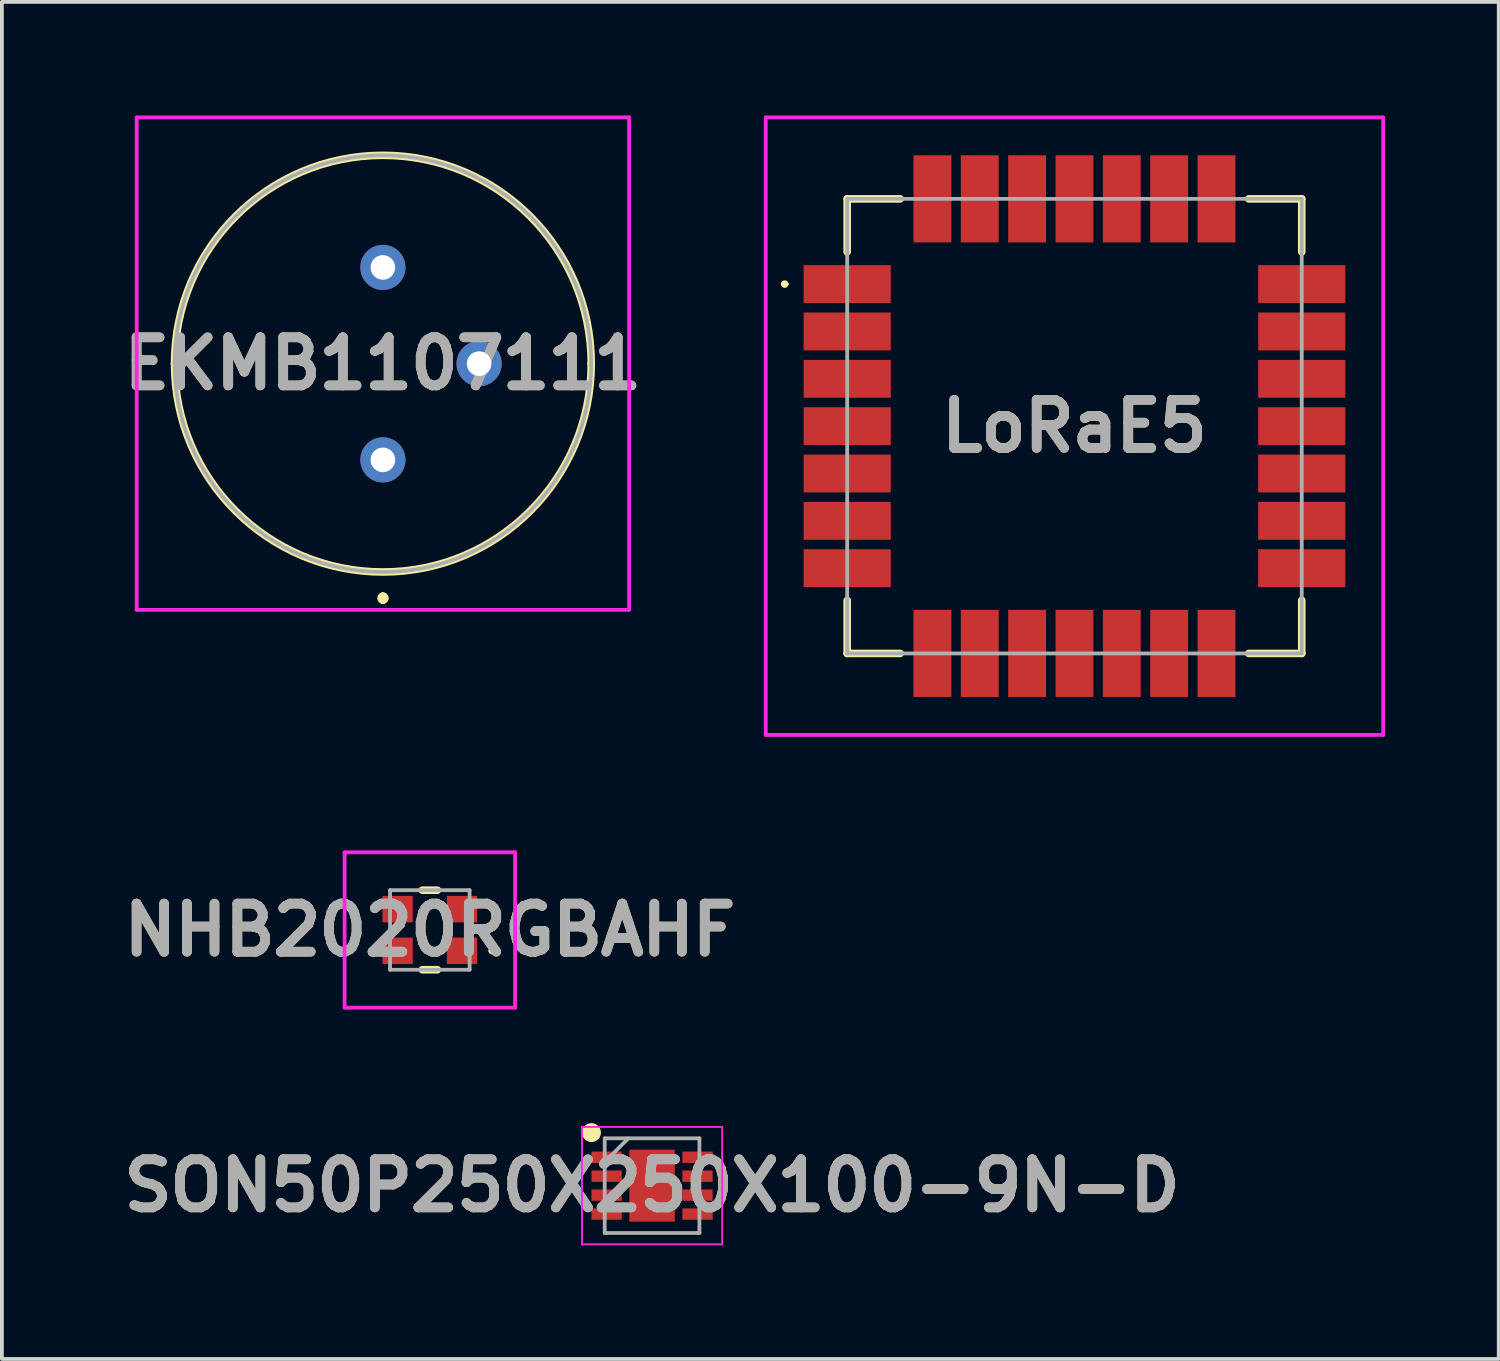
<source format=kicad_pcb>
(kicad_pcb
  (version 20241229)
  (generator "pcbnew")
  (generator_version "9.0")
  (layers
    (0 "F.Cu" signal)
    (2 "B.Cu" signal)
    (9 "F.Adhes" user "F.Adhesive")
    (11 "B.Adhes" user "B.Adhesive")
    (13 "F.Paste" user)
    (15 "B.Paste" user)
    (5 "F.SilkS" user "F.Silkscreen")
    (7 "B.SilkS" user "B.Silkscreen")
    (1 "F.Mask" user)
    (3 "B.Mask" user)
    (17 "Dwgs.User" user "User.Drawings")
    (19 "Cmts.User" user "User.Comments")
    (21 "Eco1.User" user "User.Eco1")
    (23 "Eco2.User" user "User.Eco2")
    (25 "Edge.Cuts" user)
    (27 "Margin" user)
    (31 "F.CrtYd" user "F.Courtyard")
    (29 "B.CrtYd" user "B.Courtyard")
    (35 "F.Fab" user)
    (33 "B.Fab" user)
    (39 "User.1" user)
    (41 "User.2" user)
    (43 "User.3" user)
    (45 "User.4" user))
  (footprint "EKMB1107111"
    (layer "F.Cu")
    (at 7.058 9.09)
    (property "Reference" "EKMB1107111" (at 0 -2.54 0) (layer "F.SilkS") (effects (font (size 1.27 1.27) (thickness 0.254))))
    (attr through_hole)
    (fp_line (start -5.5 -2.54) (end -5.5 -2.54) (stroke (width 0.2) (type solid)) (layer "F.SilkS"))
    (fp_line (start 0 3.6) (end 0 3.6) (stroke (width 0.2) (type solid)) (layer "F.SilkS"))
    (fp_line (start 0 3.7) (end 0 3.7) (stroke (width 0.2) (type solid)) (layer "F.SilkS"))
    (fp_line (start 0 3.7) (end 0 3.7) (stroke (width 0.2) (type solid)) (layer "F.SilkS"))
    (fp_line (start 5.5 -2.54) (end 5.5 -2.54) (stroke (width 0.2) (type solid)) (layer "F.SilkS"))
    (fp_arc (start -5.5 -2.54) (mid 0 -8.04) (end 5.5 -2.54) (stroke (width 0.2) (type solid)) (layer "F.SilkS"))
    (fp_arc (start 0 3.6) (mid 0.05 3.65) (end 0 3.7) (stroke (width 0.2) (type solid)) (layer "F.SilkS"))
    (fp_arc (start 0 3.6) (mid 0.05 3.65) (end 0 3.7) (stroke (width 0.2) (type solid)) (layer "F.SilkS"))
    (fp_arc (start 0 3.7) (mid -0.05 3.65) (end 0 3.6) (stroke (width 0.2) (type solid)) (layer "F.SilkS"))
    (fp_arc (start 5.5 -2.54) (mid 0 2.96) (end -5.5 -2.54) (stroke (width 0.2) (type solid)) (layer "F.SilkS"))
    (fp_line (start -6.5 -9.04) (end 6.5 -9.04) (stroke (width 0.1) (type solid)) (layer "F.CrtYd"))
    (fp_line (start -6.5 3.96) (end -6.5 -9.04) (stroke (width 0.1) (type solid)) (layer "F.CrtYd"))
    (fp_line (start 6.5 -9.04) (end 6.5 3.96) (stroke (width 0.1) (type solid)) (layer "F.CrtYd"))
    (fp_line (start 6.5 3.96) (end -6.5 3.96) (stroke (width 0.1) (type solid)) (layer "F.CrtYd"))
    (fp_line (start -5.5 -2.54) (end -5.5 -2.54) (stroke (width 0.1) (type solid)) (layer "F.Fab"))
    (fp_line (start 5.5 -2.54) (end 5.5 -2.54) (stroke (width 0.1) (type solid)) (layer "F.Fab"))
    (fp_arc (start -5.5 -2.54) (mid 0 -8.04) (end 5.5 -2.54) (stroke (width 0.1) (type solid)) (layer "F.Fab"))
    (fp_arc (start 5.5 -2.54) (mid 0 2.96) (end -5.5 -2.54) (stroke (width 0.1) (type solid)) (layer "F.Fab"))
    (fp_text user "${REFERENCE}" (at 0 -2.54 0) (layer "F.Fab") (effects (font (size 1.27 1.27) (thickness 0.254))))
    (pad "1" thru_hole circle (at 0 0) (size 1.192 1.192) (drill 0.65) (layers "*.Cu" "*.Mask"))
    (pad "2" thru_hole circle (at 2.54 -2.54) (size 1.192 1.192) (drill 0.65) (layers "*.Cu" "*.Mask"))
    (pad "3" thru_hole circle (at 0 -5.08) (size 1.192 1.192) (drill 0.65) (layers "*.Cu" "*.Mask")))
  (footprint "NHB2020RGBAHF"
    (layer "F.Cu")
    (at 8.297 21.5)
    (property "Reference" "NHB2020RGBAHF" (at 0 0 0) (layer "F.SilkS") (effects (font (size 1.27 1.27) (thickness 0.254))))
    (attr smd)
    (fp_line (start -0.2 -1.05) (end 0.2 -1.05) (stroke (width 0.2) (type solid)) (layer "F.SilkS"))
    (fp_line (start -0.2 1.05) (end 0.2 1.05) (stroke (width 0.2) (type solid)) (layer "F.SilkS"))
    (fp_line (start 1.6 0.55) (end 1.6 0.55) (stroke (width 0.1) (type solid)) (layer "F.SilkS"))
    (fp_line (start 1.7 0.55) (end 1.7 0.55) (stroke (width 0.1) (type solid)) (layer "F.SilkS"))
    (fp_arc (start 1.6 0.55) (mid 1.65 0.5) (end 1.7 0.55) (stroke (width 0.1) (type solid)) (layer "F.SilkS"))
    (fp_arc (start 1.7 0.55) (mid 1.65 0.6) (end 1.6 0.55) (stroke (width 0.1) (type solid)) (layer "F.SilkS"))
    (fp_line (start -2.25 -2.05) (end 2.25 -2.05) (stroke (width 0.1) (type solid)) (layer "F.CrtYd"))
    (fp_line (start -2.25 2.05) (end -2.25 -2.05) (stroke (width 0.1) (type solid)) (layer "F.CrtYd"))
    (fp_line (start 2.25 -2.05) (end 2.25 2.05) (stroke (width 0.1) (type solid)) (layer "F.CrtYd"))
    (fp_line (start 2.25 2.05) (end -2.25 2.05) (stroke (width 0.1) (type solid)) (layer "F.CrtYd"))
    (fp_line (start -1.05 -1.05) (end 1.05 -1.05) (stroke (width 0.1) (type solid)) (layer "F.Fab"))
    (fp_line (start -1.05 1.05) (end -1.05 -1.05) (stroke (width 0.1) (type solid)) (layer "F.Fab"))
    (fp_line (start 1.05 -1.05) (end 1.05 1.05) (stroke (width 0.1) (type solid)) (layer "F.Fab"))
    (fp_line (start 1.05 1.05) (end -1.05 1.05) (stroke (width 0.1) (type solid)) (layer "F.Fab"))
    (fp_text user "${REFERENCE}" (at 0 0 0) (layer "F.Fab") (effects (font (size 1.27 1.27) (thickness 0.254))))
    (pad "1" smd rect (at 0.85 0.55 90) (size 0.7 0.8) (layers "F.Cu" "F.Mask" "F.Paste"))
    (pad "2" smd rect (at -0.85 0.55 90) (size 0.7 0.8) (layers "F.Cu" "F.Mask" "F.Paste"))
    (pad "3" smd rect (at -0.85 -0.55 90) (size 0.7 0.8) (layers "F.Cu" "F.Mask" "F.Paste"))
    (pad "4" smd rect (at 0.85 -0.55 90) (size 0.7 0.8) (layers "F.Cu" "F.Mask" "F.Paste")))
  (footprint "SON50P250X250X100-9N-D"
    (layer "F.Cu")
    (at 14.164 28.25)
    (property "Reference" "SON50P250X250X100-9N-D" (at 0 0 0) (layer "F.SilkS") (effects (font (size 1.27 1.27) (thickness 0.254))))
    (attr smd)
    (fp_circle (center -1.6 -1.4) (end -1.6 -1.275) (stroke (width 0.25) (type solid)) (fill no) (layer "F.SilkS"))
    (fp_line (start -1.85 -1.55) (end 1.85 -1.55) (stroke (width 0.05) (type solid)) (layer "F.CrtYd"))
    (fp_line (start -1.85 1.55) (end -1.85 -1.55) (stroke (width 0.05) (type solid)) (layer "F.CrtYd"))
    (fp_line (start 1.85 -1.55) (end 1.85 1.55) (stroke (width 0.05) (type solid)) (layer "F.CrtYd"))
    (fp_line (start 1.85 1.55) (end -1.85 1.55) (stroke (width 0.05) (type solid)) (layer "F.CrtYd"))
    (fp_line (start -1.25 -1.25) (end 1.25 -1.25) (stroke (width 0.1) (type solid)) (layer "F.Fab"))
    (fp_line (start -1.25 -0.625) (end -0.625 -1.25) (stroke (width 0.1) (type solid)) (layer "F.Fab"))
    (fp_line (start -1.25 1.25) (end -1.25 -1.25) (stroke (width 0.1) (type solid)) (layer "F.Fab"))
    (fp_line (start 1.25 -1.25) (end 1.25 1.25) (stroke (width 0.1) (type solid)) (layer "F.Fab"))
    (fp_line (start 1.25 1.25) (end -1.25 1.25) (stroke (width 0.1) (type solid)) (layer "F.Fab"))
    (fp_text user "${REFERENCE}" (at 0 0 0) (layer "F.Fab") (effects (font (size 1.27 1.27) (thickness 0.254))))
    (pad "1" smd rect (at -1.2 -0.75 90) (size 0.3 0.8) (layers "F.Cu" "F.Mask" "F.Paste"))
    (pad "2" smd rect (at -1.2 -0.25 90) (size 0.3 0.8) (layers "F.Cu" "F.Mask" "F.Paste"))
    (pad "3" smd rect (at -1.2 0.25 90) (size 0.3 0.8) (layers "F.Cu" "F.Mask" "F.Paste"))
    (pad "4" smd rect (at -1.2 0.75 90) (size 0.3 0.8) (layers "F.Cu" "F.Mask" "F.Paste"))
    (pad "5" smd rect (at 1.2 0.75 90) (size 0.3 0.8) (layers "F.Cu" "F.Mask" "F.Paste"))
    (pad "6" smd rect (at 1.2 0.25 90) (size 0.3 0.8) (layers "F.Cu" "F.Mask" "F.Paste"))
    (pad "7" smd rect (at 1.2 -0.25 90) (size 0.3 0.8) (layers "F.Cu" "F.Mask" "F.Paste"))
    (pad "8" smd rect (at 1.2 -0.75 90) (size 0.3 0.8) (layers "F.Cu" "F.Mask" "F.Paste"))
    (pad "9" smd rect (at 0 0) (size 1.2 1.9) (layers "F.Cu" "F.Mask" "F.Paste")))
  (footprint "LoRaE5"
    (layer "F.Cu")
    (at 25.315 8.2)
    (property "Reference" "LoRaE5" (at 0 0 0) (layer "F.SilkS") (effects (font (size 1.27 1.27) (thickness 0.254))))
    (attr smd)
    (fp_line (start -7.7 -3.75) (end -7.7 -3.75) (stroke (width 0.1) (type solid)) (layer "F.SilkS"))
    (fp_line (start -7.6 -3.75) (end -7.6 -3.75) (stroke (width 0.1) (type solid)) (layer "F.SilkS"))
    (fp_line (start -6 -6) (end -6 -4.6) (stroke (width 0.2) (type solid)) (layer "F.SilkS"))
    (fp_line (start -6 4.6) (end -6 6) (stroke (width 0.2) (type solid)) (layer "F.SilkS"))
    (fp_line (start -6 6) (end -4.6 6) (stroke (width 0.2) (type solid)) (layer "F.SilkS"))
    (fp_line (start -4.6 -6) (end -6 -6) (stroke (width 0.2) (type solid)) (layer "F.SilkS"))
    (fp_line (start 4.6 -6) (end 6 -6) (stroke (width 0.2) (type solid)) (layer "F.SilkS"))
    (fp_line (start 6 -6) (end 6 -4.6) (stroke (width 0.2) (type solid)) (layer "F.SilkS"))
    (fp_line (start 6 4.6) (end 6 6) (stroke (width 0.2) (type solid)) (layer "F.SilkS"))
    (fp_line (start 6 6) (end 4.6 6) (stroke (width 0.2) (type solid)) (layer "F.SilkS"))
    (fp_arc (start -7.7 -3.75) (mid -7.65 -3.8) (end -7.6 -3.75) (stroke (width 0.1) (type solid)) (layer "F.SilkS"))
    (fp_arc (start -7.6 -3.75) (mid -7.65 -3.7) (end -7.7 -3.75) (stroke (width 0.1) (type solid)) (layer "F.SilkS"))
    (fp_line (start -8.15 -8.15) (end 8.15 -8.15) (stroke (width 0.1) (type solid)) (layer "F.CrtYd"))
    (fp_line (start -8.15 8.15) (end -8.15 -8.15) (stroke (width 0.1) (type solid)) (layer "F.CrtYd"))
    (fp_line (start 8.15 -8.15) (end 8.15 8.15) (stroke (width 0.1) (type solid)) (layer "F.CrtYd"))
    (fp_line (start 8.15 8.15) (end -8.15 8.15) (stroke (width 0.1) (type solid)) (layer "F.CrtYd"))
    (fp_line (start -6 -6) (end 6 -6) (stroke (width 0.1) (type solid)) (layer "F.Fab"))
    (fp_line (start -6 6) (end -6 -6) (stroke (width 0.1) (type solid)) (layer "F.Fab"))
    (fp_line (start 6 -6) (end 6 6) (stroke (width 0.1) (type solid)) (layer "F.Fab"))
    (fp_line (start 6 6) (end -6 6) (stroke (width 0.1) (type solid)) (layer "F.Fab"))
    (fp_text user "${REFERENCE}" (at 0 0 0) (layer "F.Fab") (effects (font (size 1.27 1.27) (thickness 0.254))))
    (pad "1" smd rect (at -6 -3.75 90) (size 1 2.3) (layers "F.Cu" "F.Mask" "F.Paste"))
    (pad "2" smd rect (at -6 -2.5 90) (size 1 2.3) (layers "F.Cu" "F.Mask" "F.Paste"))
    (pad "3" smd rect (at -6 -1.25 90) (size 1 2.3) (layers "F.Cu" "F.Mask" "F.Paste"))
    (pad "4" smd rect (at -6 0 90) (size 1 2.3) (layers "F.Cu" "F.Mask" "F.Paste"))
    (pad "5" smd rect (at -6 1.25 90) (size 1 2.3) (layers "F.Cu" "F.Mask" "F.Paste"))
    (pad "6" smd rect (at -6 2.5 90) (size 1 2.3) (layers "F.Cu" "F.Mask" "F.Paste"))
    (pad "7" smd rect (at -6 3.75 90) (size 1 2.3) (layers "F.Cu" "F.Mask" "F.Paste"))
    (pad "8" smd rect (at -3.75 6) (size 1 2.3) (layers "F.Cu" "F.Mask" "F.Paste"))
    (pad "9" smd rect (at -2.5 6) (size 1 2.3) (layers "F.Cu" "F.Mask" "F.Paste"))
    (pad "10" smd rect (at -1.25 6) (size 1 2.3) (layers "F.Cu" "F.Mask" "F.Paste"))
    (pad "11" smd rect (at 0 6) (size 1 2.3) (layers "F.Cu" "F.Mask" "F.Paste"))
    (pad "12" smd rect (at 1.25 6) (size 1 2.3) (layers "F.Cu" "F.Mask" "F.Paste"))
    (pad "13" smd rect (at 2.5 6) (size 1 2.3) (layers "F.Cu" "F.Mask" "F.Paste"))
    (pad "14" smd rect (at 3.75 6) (size 1 2.3) (layers "F.Cu" "F.Mask" "F.Paste"))
    (pad "15" smd rect (at 6 3.75 90) (size 1 2.3) (layers "F.Cu" "F.Mask" "F.Paste"))
    (pad "16" smd rect (at 6 2.5 90) (size 1 2.3) (layers "F.Cu" "F.Mask" "F.Paste"))
    (pad "17" smd rect (at 6 1.25 90) (size 1 2.3) (layers "F.Cu" "F.Mask" "F.Paste"))
    (pad "18" smd rect (at 6 0 90) (size 1 2.3) (layers "F.Cu" "F.Mask" "F.Paste"))
    (pad "19" smd rect (at 6 -1.25 90) (size 1 2.3) (layers "F.Cu" "F.Mask" "F.Paste"))
    (pad "20" smd rect (at 6 -2.5 90) (size 1 2.3) (layers "F.Cu" "F.Mask" "F.Paste"))
    (pad "21" smd rect (at 6 -3.75 90) (size 1 2.3) (layers "F.Cu" "F.Mask" "F.Paste"))
    (pad "22" smd rect (at 3.75 -6) (size 1 2.3) (layers "F.Cu" "F.Mask" "F.Paste"))
    (pad "23" smd rect (at 2.5 -6) (size 1 2.3) (layers "F.Cu" "F.Mask" "F.Paste"))
    (pad "24" smd rect (at 1.25 -6) (size 1 2.3) (layers "F.Cu" "F.Mask" "F.Paste"))
    (pad "25" smd rect (at 0 -6) (size 1 2.3) (layers "F.Cu" "F.Mask" "F.Paste"))
    (pad "26" smd rect (at -1.25 -6) (size 1 2.3) (layers "F.Cu" "F.Mask" "F.Paste"))
    (pad "27" smd rect (at -2.5 -6) (size 1 2.3) (layers "F.Cu" "F.Mask" "F.Paste"))
    (pad "28" smd rect (at -3.75 -6) (size 1 2.3) (layers "F.Cu" "F.Mask" "F.Paste")))
  (gr_rect
    (start -3 -3)
    (end 36.515 32.825)
    (stroke (width 0.1) (type default))
    (fill no)
    (layer "Edge.Cuts")))
</source>
